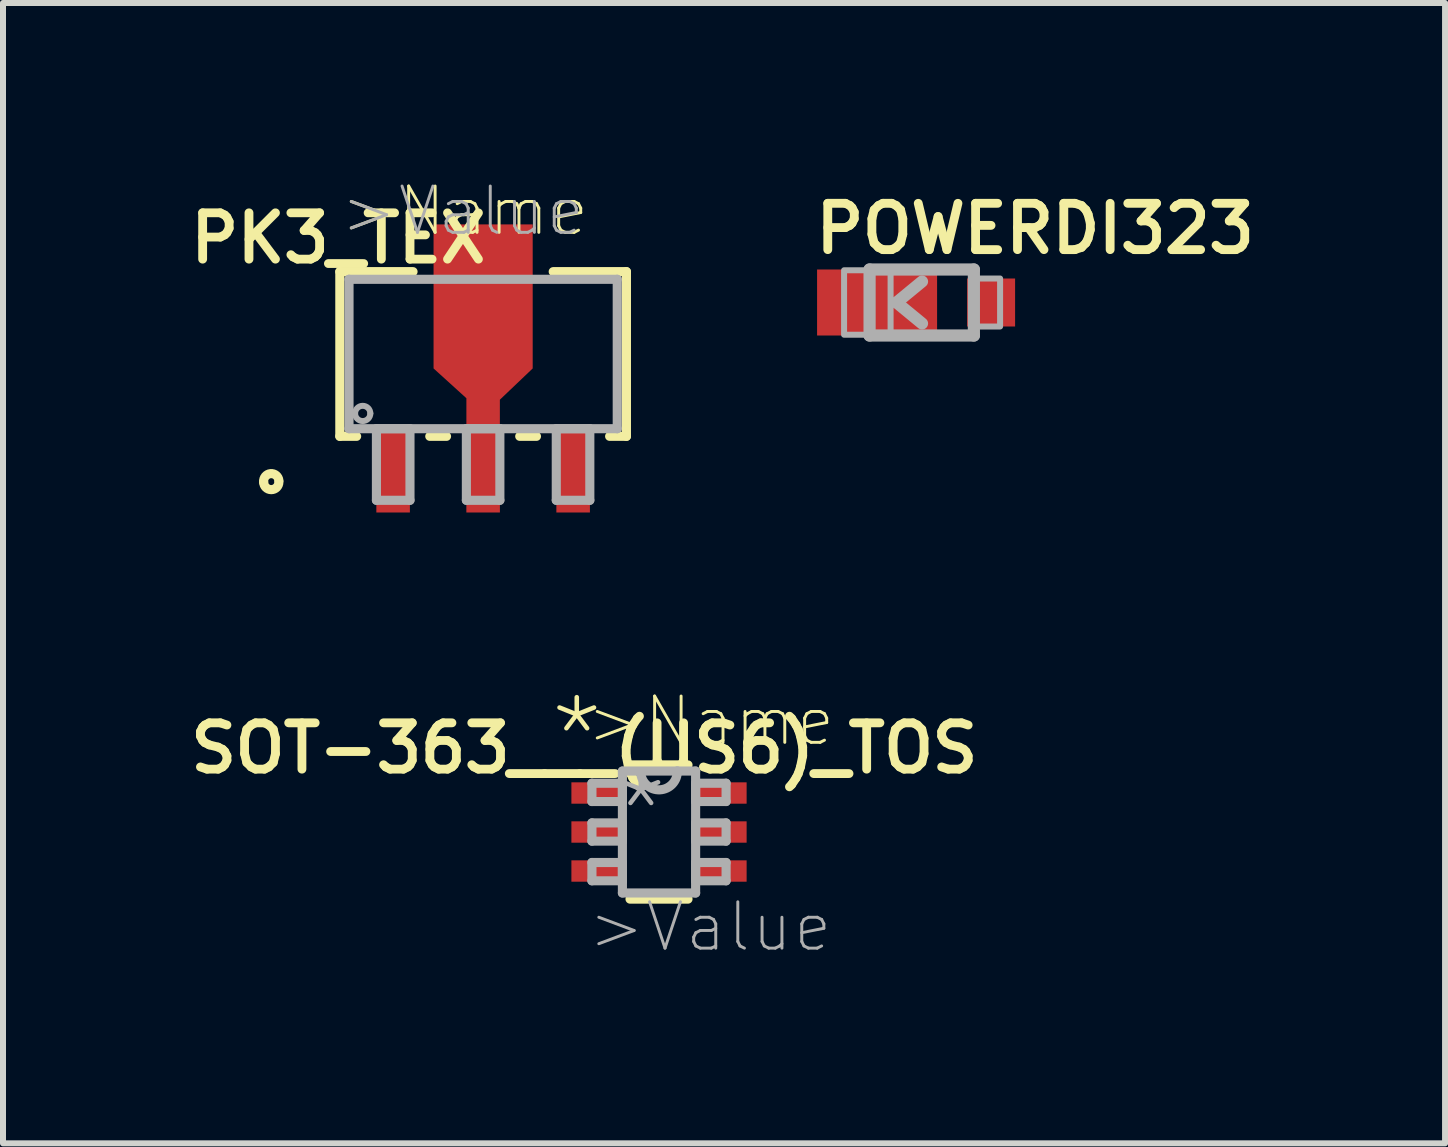
<source format=kicad_pcb>
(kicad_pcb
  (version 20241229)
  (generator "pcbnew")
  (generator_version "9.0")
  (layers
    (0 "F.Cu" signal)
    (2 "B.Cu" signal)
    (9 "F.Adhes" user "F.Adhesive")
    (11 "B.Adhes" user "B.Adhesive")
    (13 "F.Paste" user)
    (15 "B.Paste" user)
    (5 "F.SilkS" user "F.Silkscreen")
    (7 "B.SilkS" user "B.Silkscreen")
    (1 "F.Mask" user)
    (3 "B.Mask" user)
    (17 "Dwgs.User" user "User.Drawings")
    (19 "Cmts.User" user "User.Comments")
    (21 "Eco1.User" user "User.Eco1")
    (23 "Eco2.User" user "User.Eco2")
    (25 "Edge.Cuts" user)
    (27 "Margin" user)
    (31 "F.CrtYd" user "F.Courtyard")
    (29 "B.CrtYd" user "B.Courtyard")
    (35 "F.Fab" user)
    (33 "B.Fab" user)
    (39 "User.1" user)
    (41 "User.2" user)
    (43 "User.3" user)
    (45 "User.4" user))
  (footprint "PK3_TEX"
    (layer "F.Cu")
    (at 5.001 2.849)
    (property "Reference" "PK3_TEX" (at -2.413 -1.93 0) (layer "F.SilkS") (effects (font (size 0.772 0.772) (thickness 0.147))))
    (attr through_hole)
    (fp_poly (pts (xy -0.279 1.245) (xy -0.279 0.737) (xy -0.826 0.241) (xy -0.826 -2.159) (xy 0.826 -2.159) (xy 0.826 0.241) (xy 0.279 0.762) (xy 0.279 1.245)) (stroke (width 0) (type solid)) (fill yes) (layer "F.Cu"))
    (fp_poly (pts (xy -0.279 1.245) (xy -0.279 0.737) (xy -0.8 0.216) (xy -0.8 -2.007) (xy 0.8 -2.007) (xy 0.8 0.216) (xy 0.279 0.737) (xy 0.279 1.245)) (stroke (width 0) (type solid)) (fill yes) (layer "F.Mask"))
    (fp_line (start -2.388 -1.372) (end -2.388 1.372) (stroke (width 0.152) (type solid)) (layer "F.SilkS"))
    (fp_line (start -2.388 1.372) (end -2.108 1.372) (stroke (width 0.152) (type solid)) (layer "F.SilkS"))
    (fp_line (start -1.168 -1.372) (end -2.388 -1.372) (stroke (width 0.152) (type solid)) (layer "F.SilkS"))
    (fp_line (start -0.889 1.372) (end -0.61 1.372) (stroke (width 0.152) (type solid)) (layer "F.SilkS"))
    (fp_line (start 0.61 1.372) (end 0.889 1.372) (stroke (width 0.152) (type solid)) (layer "F.SilkS"))
    (fp_line (start 2.108 1.372) (end 2.388 1.372) (stroke (width 0.152) (type solid)) (layer "F.SilkS"))
    (fp_line (start 2.388 -1.372) (end 1.168 -1.372) (stroke (width 0.152) (type solid)) (layer "F.SilkS"))
    (fp_line (start 2.388 1.372) (end 2.388 -1.372) (stroke (width 0.152) (type solid)) (layer "F.SilkS"))
    (fp_arc (start -3.6576 2.1336) (mid -3.5433 1.9939) (end -3.4036 2.1082) (stroke (width 0.1524) (type solid)) (layer "F.SilkS"))
    (fp_arc (start -3.4036 2.1336) (mid -3.5306 2.2606) (end -3.6576 2.1336) (stroke (width 0.1524) (type solid)) (layer "F.SilkS"))
    (fp_poly (pts (xy -0.279 1.245) (xy -0.279 0.737) (xy -0.8 0.216) (xy -0.8 -2.007) (xy 0.8 -2.007) (xy 0.8 0.216) (xy 0.279 0.737) (xy 0.279 1.245)) (stroke (width 0) (type solid)) (fill yes) (layer "F.Paste"))
    (fp_line (start -2.235 -1.245) (end -2.235 1.245) (stroke (width 0.152) (type solid)) (layer "F.Fab"))
    (fp_line (start -2.235 1.245) (end 2.235 1.245) (stroke (width 0.152) (type solid)) (layer "F.Fab"))
    (fp_line (start -1.778 1.245) (end -1.778 2.438) (stroke (width 0.152) (type solid)) (layer "F.Fab"))
    (fp_line (start -1.778 2.438) (end -1.219 2.438) (stroke (width 0.152) (type solid)) (layer "F.Fab"))
    (fp_line (start -1.219 1.245) (end -1.778 1.245) (stroke (width 0.152) (type solid)) (layer "F.Fab"))
    (fp_line (start -1.219 2.438) (end -1.219 1.245) (stroke (width 0.152) (type solid)) (layer "F.Fab"))
    (fp_line (start -0.279 1.245) (end -0.279 2.438) (stroke (width 0.152) (type solid)) (layer "F.Fab"))
    (fp_line (start -0.279 2.438) (end 0.279 2.438) (stroke (width 0.152) (type solid)) (layer "F.Fab"))
    (fp_line (start 0.279 1.245) (end -0.279 1.245) (stroke (width 0.152) (type solid)) (layer "F.Fab"))
    (fp_line (start 0.279 2.438) (end 0.279 1.245) (stroke (width 0.152) (type solid)) (layer "F.Fab"))
    (fp_line (start 1.219 1.245) (end 1.219 2.438) (stroke (width 0.152) (type solid)) (layer "F.Fab"))
    (fp_line (start 1.219 2.438) (end 1.778 2.438) (stroke (width 0.152) (type solid)) (layer "F.Fab"))
    (fp_line (start 1.778 1.245) (end 1.219 1.245) (stroke (width 0.152) (type solid)) (layer "F.Fab"))
    (fp_line (start 1.778 2.438) (end 1.778 1.245) (stroke (width 0.152) (type solid)) (layer "F.Fab"))
    (fp_line (start 2.235 -1.245) (end -2.235 -1.245) (stroke (width 0.152) (type solid)) (layer "F.Fab"))
    (fp_line (start 2.235 1.245) (end 2.235 -1.245) (stroke (width 0.152) (type solid)) (layer "F.Fab"))
    (fp_arc (start -2.1336 0.9906) (mid -2.0066 0.8636) (end -1.8796 0.9906) (stroke (width 0.1) (type solid)) (layer "F.Fab"))
    (fp_arc (start -1.8796 0.9906) (mid -2.0066 1.1176) (end -2.1336 0.9906) (stroke (width 0.1) (type solid)) (layer "F.Fab"))
    (fp_text user ">Name" (at -2.413 -1.93 0) (layer "F.SilkS") (effects (font (size 0.772 0.772) (thickness 0.049)) (justify left bottom)))
    (fp_text user ">Value" (at -2.413 -1.93 0) (layer "F.Fab") (effects (font (size 0.772 0.772) (thickness 0.049)) (justify left bottom)))
    (pad "1" smd rect (at -1.5 1.943) (size 0.559 1.397) (layers "F.Cu" "F.Mask" "F.Paste"))
    (pad "2" smd rect (at 0 1.943) (size 0.559 1.397) (layers "F.Cu" "F.Mask" "F.Paste"))
    (pad "3" smd rect (at 1.5 1.943) (size 0.559 1.397) (layers "F.Cu" "F.Mask" "F.Paste")))
  (footprint "POWERDI323"
    (layer "F.Cu")
    (at 12.316 1.991)
    (property "Reference" "POWERDI323" (at -1.852 -0.779 180) (layer "F.SilkS") (effects (font (size 0.772 0.772) (thickness 0.147)) (justify left bottom)))
    (attr through_hole)
    (fp_line (start -0.875 -0.55) (end 0.863 -0.55) (stroke (width 0.203) (type solid)) (layer "F.Fab"))
    (fp_line (start -0.875 0.55) (end -0.875 -0.55) (stroke (width 0.203) (type solid)) (layer "F.Fab"))
    (fp_line (start -0.425 0) (end 0 0.35) (stroke (width 0.2) (type solid)) (layer "F.Fab"))
    (fp_line (start 0 -0.35) (end -0.425 0) (stroke (width 0.2) (type solid)) (layer "F.Fab"))
    (fp_line (start 0.863 -0.55) (end 0.863 0.55) (stroke (width 0.203) (type solid)) (layer "F.Fab"))
    (fp_line (start 0.863 0.55) (end -0.875 0.55) (stroke (width 0.203) (type solid)) (layer "F.Fab"))
    (fp_poly (pts (xy -1.3 0.537) (xy -0.525 0.537) (xy -0.525 -0.537) (xy -1.3 -0.537)) (stroke (width 0.1) (type solid)) (fill no) (layer "F.Fab"))
    (fp_poly (pts (xy 0.838 0.4) (xy 1.3 0.4) (xy 1.3 -0.4) (xy 0.838 -0.4)) (stroke (width 0.1) (type solid)) (fill no) (layer "F.Fab"))
    (pad "A" smd rect (at 1.15 0) (size 0.8 0.8) (layers "F.Cu" "F.Mask" "F.Paste"))
    (pad "C" smd rect (at -0.75 0) (size 2 1.1) (layers "F.Cu" "F.Mask" "F.Paste")))
  (footprint "SOT-363___(US6)_TOS"
    (layer "F.Cu")
    (at 7.932 10.815)
    (property "Reference" "SOT-363___(US6)_TOS" (at -1.245 -1.397 180) (layer "F.SilkS") (effects (font (size 0.772 0.772) (thickness 0.147))))
    (attr through_hole)
    (fp_line (start -0.483 1.118) (end 0.483 1.118) (stroke (width 0.152) (type solid)) (layer "F.SilkS"))
    (fp_line (start 0.483 -1.118) (end -0.483 -1.118) (stroke (width 0.152) (type solid)) (layer "F.SilkS"))
    (fp_line (start -1.118 -0.813) (end -1.118 -0.508) (stroke (width 0.152) (type solid)) (layer "F.Fab"))
    (fp_line (start -1.118 -0.508) (end -0.61 -0.508) (stroke (width 0.152) (type solid)) (layer "F.Fab"))
    (fp_line (start -1.118 -0.152) (end -1.118 0.152) (stroke (width 0.152) (type solid)) (layer "F.Fab"))
    (fp_line (start -1.118 0.152) (end -0.61 0.152) (stroke (width 0.152) (type solid)) (layer "F.Fab"))
    (fp_line (start -1.118 0.508) (end -1.118 0.813) (stroke (width 0.152) (type solid)) (layer "F.Fab"))
    (fp_line (start -1.118 0.813) (end -0.61 0.813) (stroke (width 0.152) (type solid)) (layer "F.Fab"))
    (fp_line (start -0.61 -1.016) (end -0.61 1.016) (stroke (width 0.152) (type solid)) (layer "F.Fab"))
    (fp_line (start -0.61 -0.813) (end -1.118 -0.813) (stroke (width 0.152) (type solid)) (layer "F.Fab"))
    (fp_line (start -0.61 -0.508) (end -0.61 -0.813) (stroke (width 0.152) (type solid)) (layer "F.Fab"))
    (fp_line (start -0.61 -0.152) (end -1.118 -0.152) (stroke (width 0.152) (type solid)) (layer "F.Fab"))
    (fp_line (start -0.61 0.152) (end -0.61 -0.152) (stroke (width 0.152) (type solid)) (layer "F.Fab"))
    (fp_line (start -0.61 0.508) (end -1.118 0.508) (stroke (width 0.152) (type solid)) (layer "F.Fab"))
    (fp_line (start -0.61 0.813) (end -0.61 0.508) (stroke (width 0.152) (type solid)) (layer "F.Fab"))
    (fp_line (start -0.61 1.016) (end 0.61 1.016) (stroke (width 0.152) (type solid)) (layer "F.Fab"))
    (fp_line (start 0.305 -1.016) (end -0.61 -1.016) (stroke (width 0.152) (type solid)) (layer "F.Fab"))
    (fp_line (start 0.61 -1.016) (end 0.305 -1.016) (stroke (width 0.152) (type solid)) (layer "F.Fab"))
    (fp_line (start 0.61 -0.813) (end 0.61 -0.508) (stroke (width 0.152) (type solid)) (layer "F.Fab"))
    (fp_line (start 0.61 -0.508) (end 1.118 -0.508) (stroke (width 0.152) (type solid)) (layer "F.Fab"))
    (fp_line (start 0.61 -0.152) (end 0.61 0.152) (stroke (width 0.152) (type solid)) (layer "F.Fab"))
    (fp_line (start 0.61 0.152) (end 1.118 0.152) (stroke (width 0.152) (type solid)) (layer "F.Fab"))
    (fp_line (start 0.61 0.508) (end 0.61 0.813) (stroke (width 0.152) (type solid)) (layer "F.Fab"))
    (fp_line (start 0.61 0.813) (end 1.118 0.813) (stroke (width 0.152) (type solid)) (layer "F.Fab"))
    (fp_line (start 0.61 1.016) (end 0.61 -1.016) (stroke (width 0.152) (type solid)) (layer "F.Fab"))
    (fp_line (start 1.118 -0.813) (end 0.61 -0.813) (stroke (width 0.152) (type solid)) (layer "F.Fab"))
    (fp_line (start 1.118 -0.508) (end 1.118 -0.813) (stroke (width 0.152) (type solid)) (layer "F.Fab"))
    (fp_line (start 1.118 -0.152) (end 0.61 -0.152) (stroke (width 0.152) (type solid)) (layer "F.Fab"))
    (fp_line (start 1.118 0.152) (end 1.118 -0.152) (stroke (width 0.152) (type solid)) (layer "F.Fab"))
    (fp_line (start 1.118 0.508) (end 0.61 0.508) (stroke (width 0.152) (type solid)) (layer "F.Fab"))
    (fp_line (start 1.118 0.813) (end 1.118 0.508) (stroke (width 0.152) (type solid)) (layer "F.Fab"))
    (fp_arc (start 0.3048 -1.016) (mid 0.0127 -0.6985) (end -0.3048 -0.9906) (stroke (width 0.1524) (type solid)) (layer "F.Fab"))
    (fp_text user ">Name" (at -1.245 -1.397 0) (layer "F.SilkS") (effects (font (size 0.772 0.772) (thickness 0.049)) (justify left bottom)))
    (fp_text user "*" (at -1.88 -0.889 0) (layer "F.SilkS") (effects (font (size 1.206 1.206) (thickness 0.076)) (justify left bottom)))
    (fp_text user "*" (at -0.813 0.356 0) (layer "F.Fab") (effects (font (size 1.206 1.206) (thickness 0.076)) (justify left bottom)))
    (fp_text user ">Value" (at -1.219 2.032 0) (layer "F.Fab") (effects (font (size 0.772 0.772) (thickness 0.049)) (justify left bottom)))
    (pad "1" smd rect (at -1.041 -0.65) (size 0.838 0.356) (layers "F.Cu" "F.Mask" "F.Paste"))
    (pad "2" smd rect (at -1.041 0) (size 0.838 0.356) (layers "F.Cu" "F.Mask" "F.Paste"))
    (pad "3" smd rect (at -1.041 0.65) (size 0.838 0.356) (layers "F.Cu" "F.Mask" "F.Paste"))
    (pad "4" smd rect (at 1.041 0.65) (size 0.838 0.356) (layers "F.Cu" "F.Mask" "F.Paste"))
    (pad "5" smd rect (at 1.041 0) (size 0.838 0.356) (layers "F.Cu" "F.Mask" "F.Paste"))
    (pad "6" smd rect (at 1.041 -0.65) (size 0.838 0.356) (layers "F.Cu" "F.Mask" "F.Paste")))
  (gr_rect
    (start -3 -3)
    (end 21.031 16.003)
    (stroke (width 0.1) (type default))
    (fill no)
    (layer "Edge.Cuts")))
</source>
